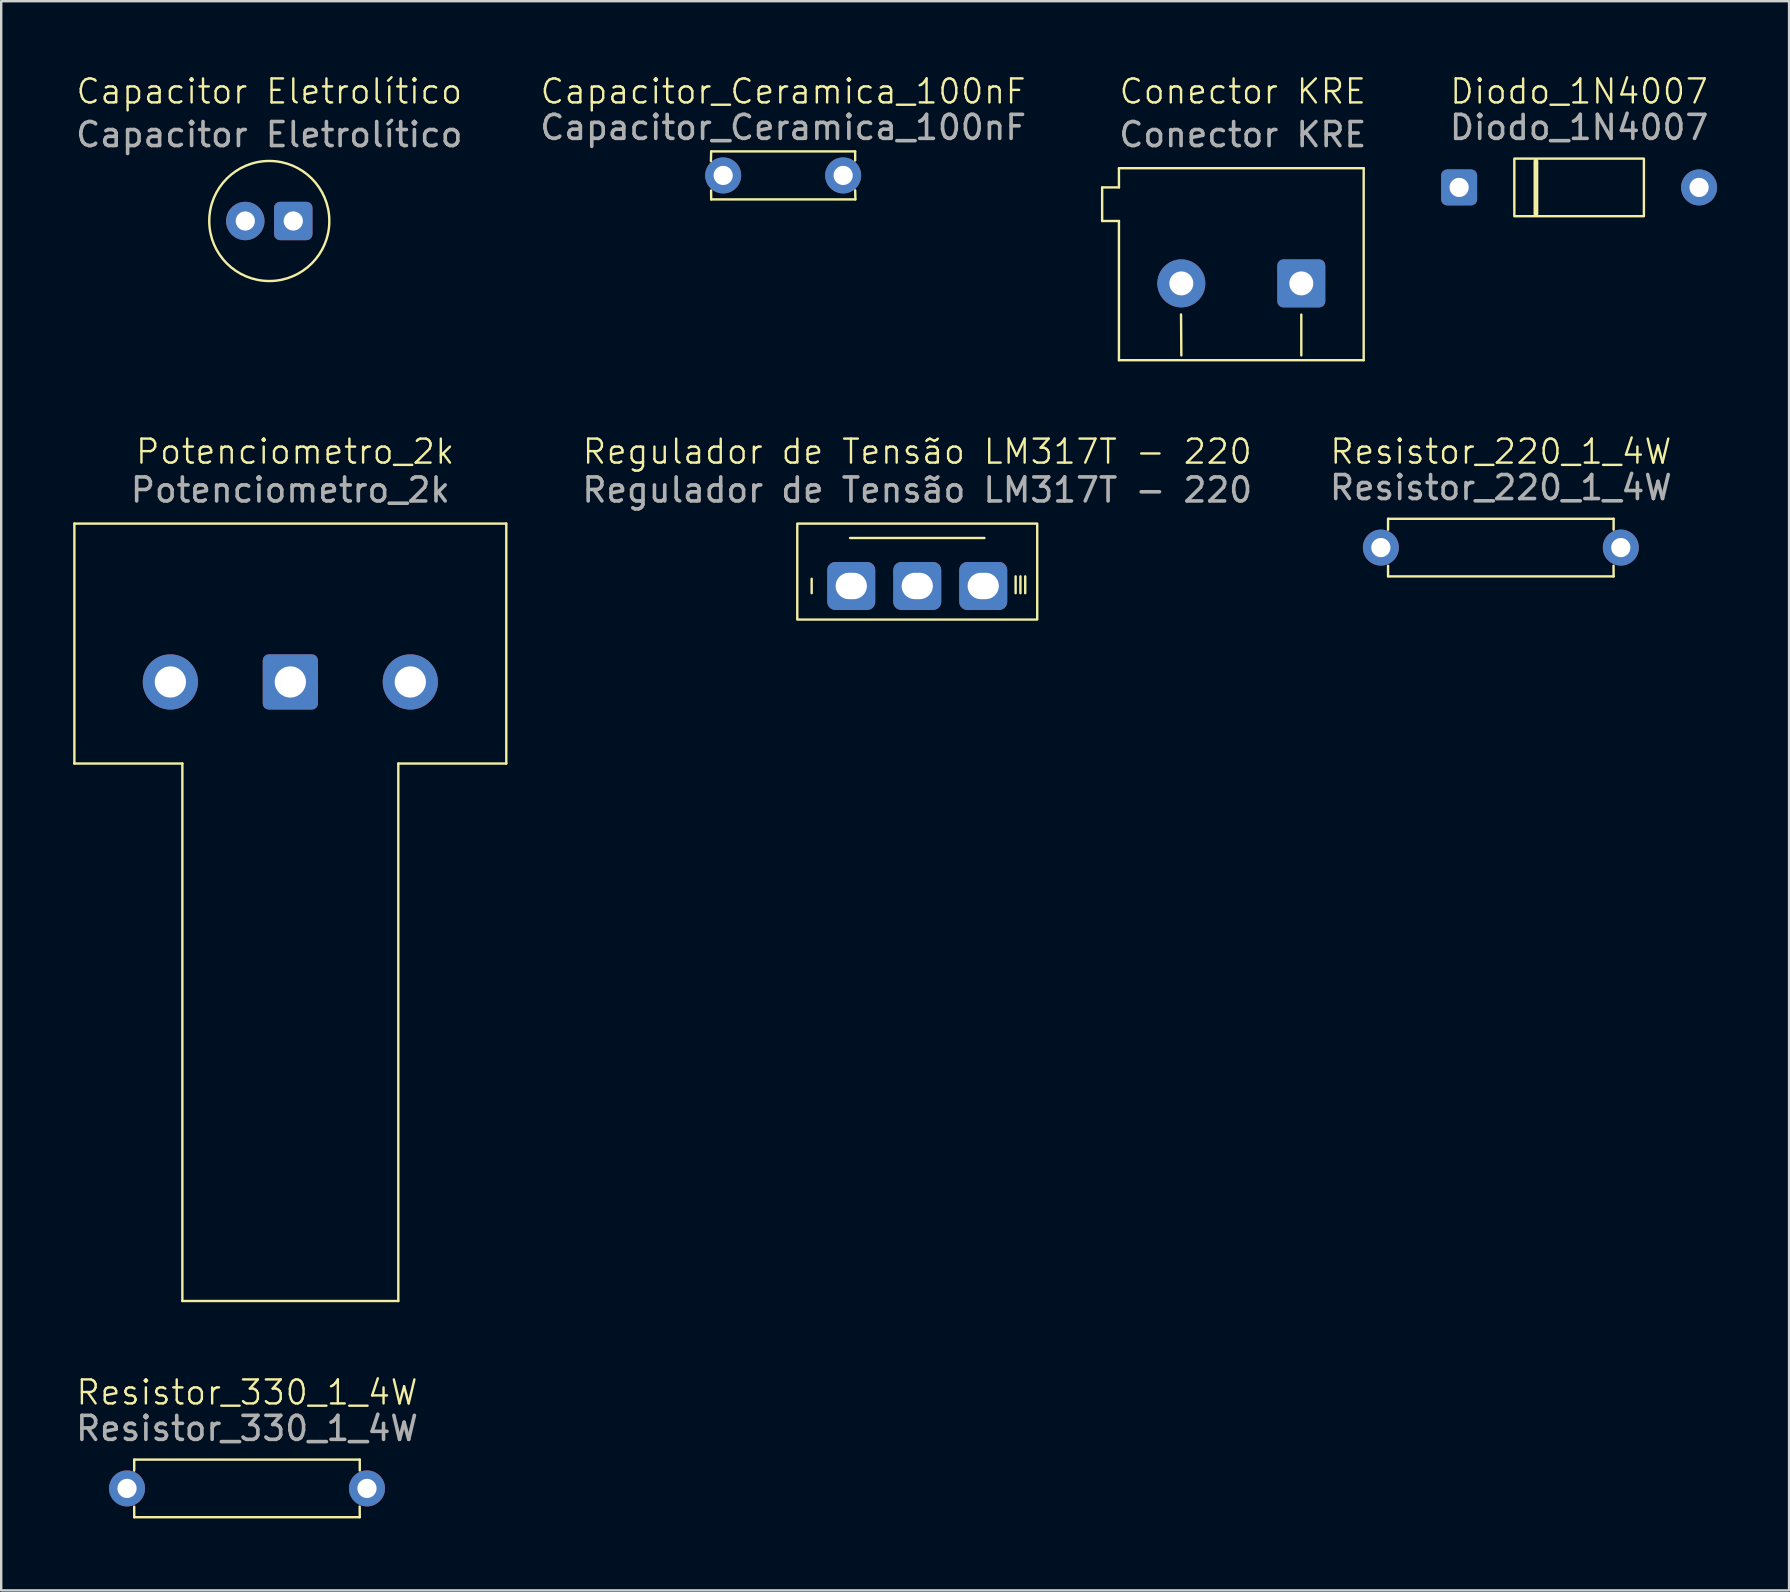
<source format=kicad_pcb>
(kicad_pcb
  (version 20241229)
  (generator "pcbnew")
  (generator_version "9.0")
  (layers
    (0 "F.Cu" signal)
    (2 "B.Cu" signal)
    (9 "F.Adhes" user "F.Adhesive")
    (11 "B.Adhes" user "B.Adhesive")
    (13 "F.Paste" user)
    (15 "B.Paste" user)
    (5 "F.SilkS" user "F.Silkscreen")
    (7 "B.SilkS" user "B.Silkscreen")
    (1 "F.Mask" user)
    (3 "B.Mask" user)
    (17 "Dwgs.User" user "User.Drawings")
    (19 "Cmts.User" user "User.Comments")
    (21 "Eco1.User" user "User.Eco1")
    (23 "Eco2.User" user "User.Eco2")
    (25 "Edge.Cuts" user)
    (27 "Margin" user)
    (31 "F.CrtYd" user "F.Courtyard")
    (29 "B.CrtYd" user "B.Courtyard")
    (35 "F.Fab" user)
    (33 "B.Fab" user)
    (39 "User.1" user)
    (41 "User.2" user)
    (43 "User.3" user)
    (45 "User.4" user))
  (footprint "Potenciometro_2k"
    (layer "F.Cu")
    (at 9.05 23.771)
    (property "Reference" "Potenciometro_2k" (at 0.2 -8 0) (unlocked yes) (layer "F.SilkS") (effects (font (size 1 1) (thickness 0.1))))
    (attr smd)
    (fp_line (start -9 -5) (end -9 5) (stroke (width 0.1) (type default)) (layer "F.SilkS"))
    (fp_line (start -9 5) (end -4.5 5) (stroke (width 0.1) (type default)) (layer "F.SilkS"))
    (fp_line (start -4.5 5) (end -4.5 27.4) (stroke (width 0.1) (type default)) (layer "F.SilkS"))
    (fp_line (start -4.5 27.4) (end 4.5 27.4) (stroke (width 0.1) (type default)) (layer "F.SilkS"))
    (fp_line (start 4.5 5) (end 9 5) (stroke (width 0.1) (type default)) (layer "F.SilkS"))
    (fp_line (start 4.5 27.4) (end 4.5 5) (stroke (width 0.1) (type default)) (layer "F.SilkS"))
    (fp_line (start 9 -5) (end -9 -5) (stroke (width 0.1) (type default)) (layer "F.SilkS"))
    (fp_line (start 9 5) (end 9 -5) (stroke (width 0.1) (type default)) (layer "F.SilkS"))
    (fp_text user "${REFERENCE}" (at 0 -6.4 0) (unlocked yes) (layer "F.Fab") (effects (font (size 1 1) (thickness 0.15))))
    (pad "1" thru_hole circle (at -5 1.6 180) (size 2.3 2.3) (drill 1.3) (layers "*.Cu" "*.Mask"))
    (pad "2" thru_hole roundrect (at 0 1.6 180) (size 2.3 2.3) (drill 1.3) (layers "*.Cu" "*.Mask") (roundrect_rratio 0.109))
    (pad "3" thru_hole circle (at 5 1.6 180) (size 2.3 2.3) (drill 1.3) (layers "*.Cu" "*.Mask")))
  (footprint "Capacitor_Ceramica_100nF"
    (layer "F.Cu")
    (at 29.589 4.261)
    (property "Reference" "Capacitor_Ceramica_100nF" (at 0 -3.5 0) (unlocked yes) (layer "F.SilkS") (effects (font (size 1 1) (thickness 0.1))))
    (attr smd)
    (fp_line (start -3 -1) (end -3.012 -0.6) (stroke (width 0.1) (type default)) (layer "F.SilkS"))
    (fp_line (start -3 -1) (end 3 -1) (stroke (width 0.1) (type default)) (layer "F.SilkS"))
    (fp_line (start -3 1) (end -3.003 0.63) (stroke (width 0.1) (type default)) (layer "F.SilkS"))
    (fp_line (start 3 -1) (end 3.002 -0.625) (stroke (width 0.1) (type default)) (layer "F.SilkS"))
    (fp_line (start 3 1) (end -3 1) (stroke (width 0.1) (type default)) (layer "F.SilkS"))
    (fp_line (start 3.011 1) (end 3 0.621) (stroke (width 0.1) (type default)) (layer "F.SilkS"))
    (fp_text user "${REFERENCE}" (at 0 -2 0) (unlocked yes) (layer "F.Fab") (effects (font (size 1 1) (thickness 0.15))))
    (pad "1" thru_hole circle (at -2.5 0 180) (size 1.5 1.5) (drill 0.8) (layers "*.Cu" "*.Mask"))
    (pad "2" thru_hole circle (at 2.5 0 180) (size 1.5 1.5) (drill 0.8) (layers "*.Cu" "*.Mask")))
  (footprint "Regulador de Tensão LM317T - 220"
    (layer "F.Cu")
    (at 35.177 21.371)
    (property "Reference" "Regulador de Tensão LM317T - 220" (at 0 -5.6 0) (unlocked yes) (layer "F.SilkS") (effects (font (size 1 1) (thickness 0.1))))
    (attr smd)
    (fp_line (start -4.4 0.3) (end -4.4 -0.3) (stroke (width 0.1) (type default)) (layer "F.SilkS"))
    (fp_line (start 2.8 -2) (end -2.8 -2) (stroke (width 0.1) (type default)) (layer "F.SilkS"))
    (fp_line (start 4.1 0.3) (end 4.1 -0.4) (stroke (width 0.1) (type default)) (layer "F.SilkS"))
    (fp_line (start 4.3 -0.4) (end 4.3 0.3) (stroke (width 0.1) (type default)) (layer "F.SilkS"))
    (fp_line (start 4.5 0.3) (end 4.5 -0.4) (stroke (width 0.1) (type default)) (layer "F.SilkS"))
    (fp_rect (start -5 1.4) (end 5 -2.6) (stroke (width 0.1) (type solid)) (fill no) (layer "F.SilkS"))
    (fp_text user "${REFERENCE}" (at 0 -4 0) (unlocked yes) (layer "F.Fab") (effects (font (size 1 1) (thickness 0.15))))
    (pad "1" thru_hole roundrect (at -2.75 0 180) (size 2 2) (drill oval 1.3 1.1) (layers "*.Cu" "*.Mask") (roundrect_rratio 0.167))
    (pad "2" thru_hole roundrect (at 0 0 180) (size 2 2) (drill oval 1.3 1.1) (layers "*.Cu" "*.Mask") (roundrect_rratio 0.167))
    (pad "3" thru_hole roundrect (at 2.75 0 180) (size 2 2) (drill oval 1.3 1.1) (layers "*.Cu" "*.Mask") (roundrect_rratio 0.167)))
  (footprint "Diodo_1N4007"
    (layer "F.Cu")
    (at 62.761 4.761)
    (property "Reference" "Diodo_1N4007" (at 0 -4 0) (unlocked yes) (layer "F.SilkS") (effects (font (size 1 1) (thickness 0.1))))
    (attr smd)
    (fp_line (start -1.8 1.1) (end -1.8 -1.1) (stroke (width 0.2) (type solid)) (layer "F.SilkS"))
    (fp_rect (start -2.7 -1.2) (end 2.7 1.2) (stroke (width 0.1) (type solid)) (fill no) (layer "F.SilkS"))
    (fp_text user "${REFERENCE}" (at 0 -2.5 0) (unlocked yes) (layer "F.Fab") (effects (font (size 1 1) (thickness 0.15))))
    (pad "1" thru_hole roundrect (at -5 0 180) (size 1.5 1.5) (drill 0.8) (layers "*.Cu" "*.Mask") (roundrect_rratio 0.167))
    (pad "2" thru_hole circle (at 5 0 180) (size 1.5 1.5) (drill 0.8) (layers "*.Cu" "*.Mask")))
  (footprint "Conector KRE"
    (layer "F.Cu")
    (at 48.683 8.761)
    (property "Reference" "Conector KRE" (at 0.06 -8 0) (unlocked yes) (layer "F.SilkS") (effects (font (size 1 1) (thickness 0.1))))
    (attr smd)
    (fp_line (start -5.8 -4) (end -5.1 -4) (stroke (width 0.1) (type default)) (layer "F.SilkS"))
    (fp_line (start -5.8 -2.6) (end -5.8 -4) (stroke (width 0.1) (type default)) (layer "F.SilkS"))
    (fp_line (start -5.1 -4.8) (end 5.1 -4.8) (stroke (width 0.1) (type solid)) (layer "F.SilkS"))
    (fp_line (start -5.1 -4) (end -5.1 -4.8) (stroke (width 0.1) (type default)) (layer "F.SilkS"))
    (fp_line (start -5.1 -2.6) (end -5.8 -2.6) (stroke (width 0.1) (type default)) (layer "F.SilkS"))
    (fp_line (start -5.1 3.2) (end -5.1 -2.6) (stroke (width 0.1) (type default)) (layer "F.SilkS"))
    (fp_line (start -2.512 1.294) (end -2.5 3) (stroke (width 0.1) (type solid)) (layer "F.SilkS"))
    (fp_line (start 2.5 1.3) (end 2.5 3) (stroke (width 0.1) (type solid)) (layer "F.SilkS"))
    (fp_line (start 5.1 -4.8) (end 5.1 3.2) (stroke (width 0.1) (type solid)) (layer "F.SilkS"))
    (fp_line (start 5.1 3.2) (end -5.1 3.2) (stroke (width 0.1) (type default)) (layer "F.SilkS"))
    (fp_text user "${REFERENCE}" (at 0.06 -6.2 0) (unlocked yes) (layer "F.Fab") (effects (font (size 1 1) (thickness 0.15))))
    (pad "1" thru_hole circle (at -2.5 0 180) (size 2 2) (drill 1) (layers "*.Cu" "*.Mask"))
    (pad "2" thru_hole roundrect (at 2.5 0 180) (size 2 2) (drill 1) (layers "*.Cu" "*.Mask") (roundrect_rratio 0.125)))
  (footprint "Resistor_220_1_4W"
    (layer "F.Cu")
    (at 59.499 19.771)
    (property "Reference" "Resistor_220_1_4W" (at 0 -4 0) (unlocked yes) (layer "F.SilkS") (effects (font (size 1 1) (thickness 0.1))))
    (attr smd)
    (fp_line (start -4.7 -1.2) (end -4.701 -0.744) (stroke (width 0.1) (type default)) (layer "F.SilkS"))
    (fp_line (start -4.7 -1.2) (end 4.7 -1.2) (stroke (width 0.1) (type default)) (layer "F.SilkS"))
    (fp_line (start -4.7 1.2) (end -4.701 0.759) (stroke (width 0.1) (type default)) (layer "F.SilkS"))
    (fp_line (start 4.7 -1.2) (end 4.699 -0.747) (stroke (width 0.1) (type default)) (layer "F.SilkS"))
    (fp_line (start 4.7 1.2) (end -4.7 1.2) (stroke (width 0.1) (type default)) (layer "F.SilkS"))
    (fp_line (start 4.7 1.2) (end 4.696 0.758) (stroke (width 0.1) (type default)) (layer "F.SilkS"))
    (fp_text user "${REFERENCE}" (at 0 -2.5 0) (unlocked yes) (layer "F.Fab") (effects (font (size 1 1) (thickness 0.15))))
    (pad "1" thru_hole circle (at -5 0 180) (size 1.5 1.5) (drill 0.8) (layers "*.Cu" "*.Mask"))
    (pad "2" thru_hole circle (at 5 0 180) (size 1.5 1.5) (drill 0.8) (layers "*.Cu" "*.Mask")))
  (footprint "Capacitor Eletrolítico"
    (layer "F.Cu")
    (at 8.173 6.16)
    (property "Reference" "Capacitor Eletrolítico" (at 0 -5.4 0) (unlocked yes) (layer "F.SilkS") (effects (font (size 1 1) (thickness 0.1))))
    (attr smd)
    (fp_circle (center 0 0) (end 2.502 0) (stroke (width 0.1) (type solid)) (fill no) (layer "F.SilkS"))
    (fp_text user "${REFERENCE}" (at 0 -3.6 0) (unlocked yes) (layer "F.Fab") (effects (font (size 1 1) (thickness 0.15))))
    (pad "1" thru_hole circle (at -1 0 180) (size 1.6 1.6) (drill 0.8) (layers "*.Cu" "*.Mask"))
    (pad "2" thru_hole roundrect (at 1 0 180) (size 1.6 1.6) (drill 0.8) (layers "*.Cu" "*.Mask") (roundrect_rratio 0.156)))
  (footprint "Resistor_330_1_4W"
    (layer "F.Cu")
    (at 7.244 58.981)
    (property "Reference" "Resistor_330_1_4W" (at 0 -4 0) (unlocked yes) (layer "F.SilkS") (effects (font (size 1 1) (thickness 0.1))))
    (attr smd)
    (fp_line (start -4.7 -1.2) (end -4.701 -0.744) (stroke (width 0.1) (type default)) (layer "F.SilkS"))
    (fp_line (start -4.7 -1.2) (end 4.7 -1.2) (stroke (width 0.1) (type default)) (layer "F.SilkS"))
    (fp_line (start -4.7 1.2) (end -4.701 0.759) (stroke (width 0.1) (type default)) (layer "F.SilkS"))
    (fp_line (start 4.7 -1.2) (end 4.699 -0.747) (stroke (width 0.1) (type default)) (layer "F.SilkS"))
    (fp_line (start 4.7 1.2) (end -4.7 1.2) (stroke (width 0.1) (type default)) (layer "F.SilkS"))
    (fp_line (start 4.7 1.2) (end 4.696 0.758) (stroke (width 0.1) (type default)) (layer "F.SilkS"))
    (fp_text user "${REFERENCE}" (at 0 -2.5 0) (unlocked yes) (layer "F.Fab") (effects (font (size 1 1) (thickness 0.15))))
    (pad "1" thru_hole circle (at -5 0 180) (size 1.5 1.5) (drill 0.8) (layers "*.Cu" "*.Mask"))
    (pad "2" thru_hole circle (at 5 0 180) (size 1.5 1.5) (drill 0.8) (layers "*.Cu" "*.Mask")))
  (gr_rect
    (start -3 -3)
    (end 71.511 63.231)
    (stroke (width 0.1) (type default))
    (fill no)
    (layer "Edge.Cuts")))
</source>
